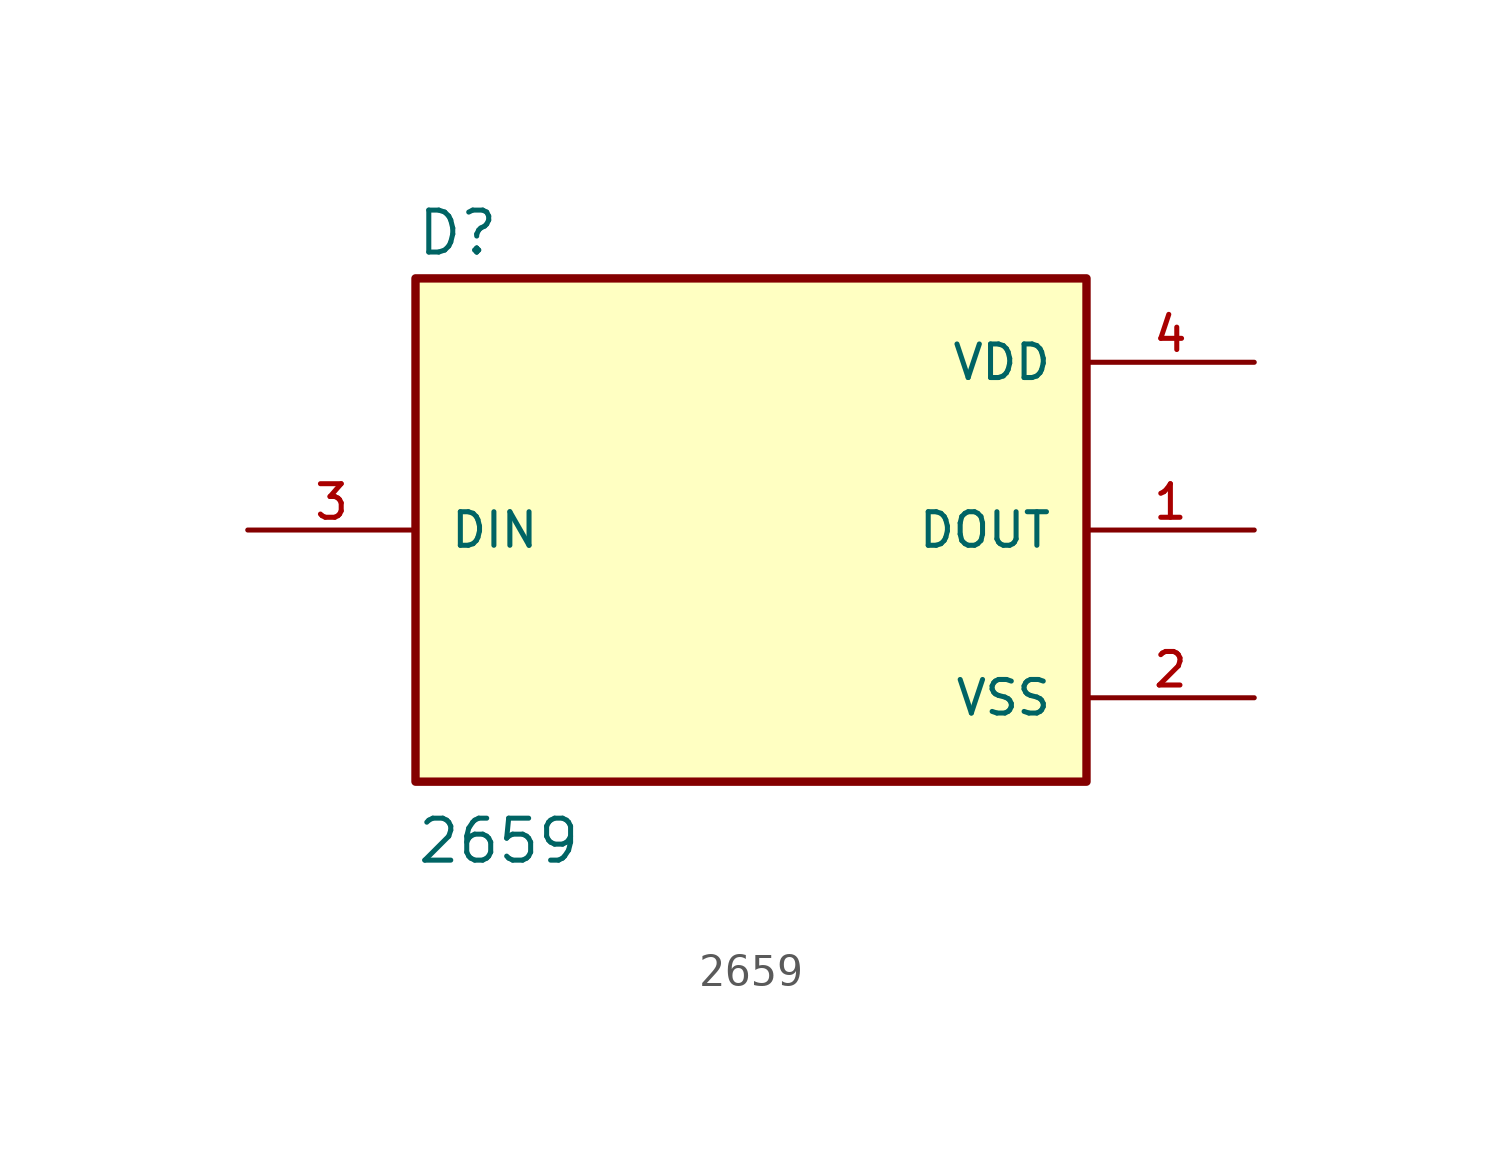
<source format=kicad_sym>
(kicad_symbol_lib
  (version 20211014)
  (generator kicad_symbol_editor)
  (symbol "2659"
    (pin_names
      (offset 1.016))
    (property "Reference" "D"
      (at -10.16 8.255 0)
      (effects (font (size 1.27 1.27)) (justify bottom left)))
    (property "Value" "2659"
      (at -10.16 -10.16 0)
      (effects (font (size 1.27 1.27)) (justify bottom left)))
    (symbol "2659_0_0"
      (rectangle (start -10.16 -7.62) (end 10.16 7.62) (stroke (width 0.254)) (fill (type background)))
      (pin output line (at 15.24 0.0 180.0) (length 5.08) (name "DOUT" (effects (font (size 1.016 1.016)))) (number "1" (effects (font (size 1.016 1.016)))))
      (pin power_in line (at 15.24 -5.08 180.0) (length 5.08) (name "VSS" (effects (font (size 1.016 1.016)))) (number "2" (effects (font (size 1.016 1.016)))))
      (pin power_in line (at 15.24 5.08 180.0) (length 5.08) (name "VDD" (effects (font (size 1.016 1.016)))) (number "4" (effects (font (size 1.016 1.016)))))
      (pin input line (at -15.24 0.0 0) (length 5.08) (name "DIN" (effects (font (size 1.016 1.016)))) (number "3" (effects (font (size 1.016 1.016))))))))
</source>
